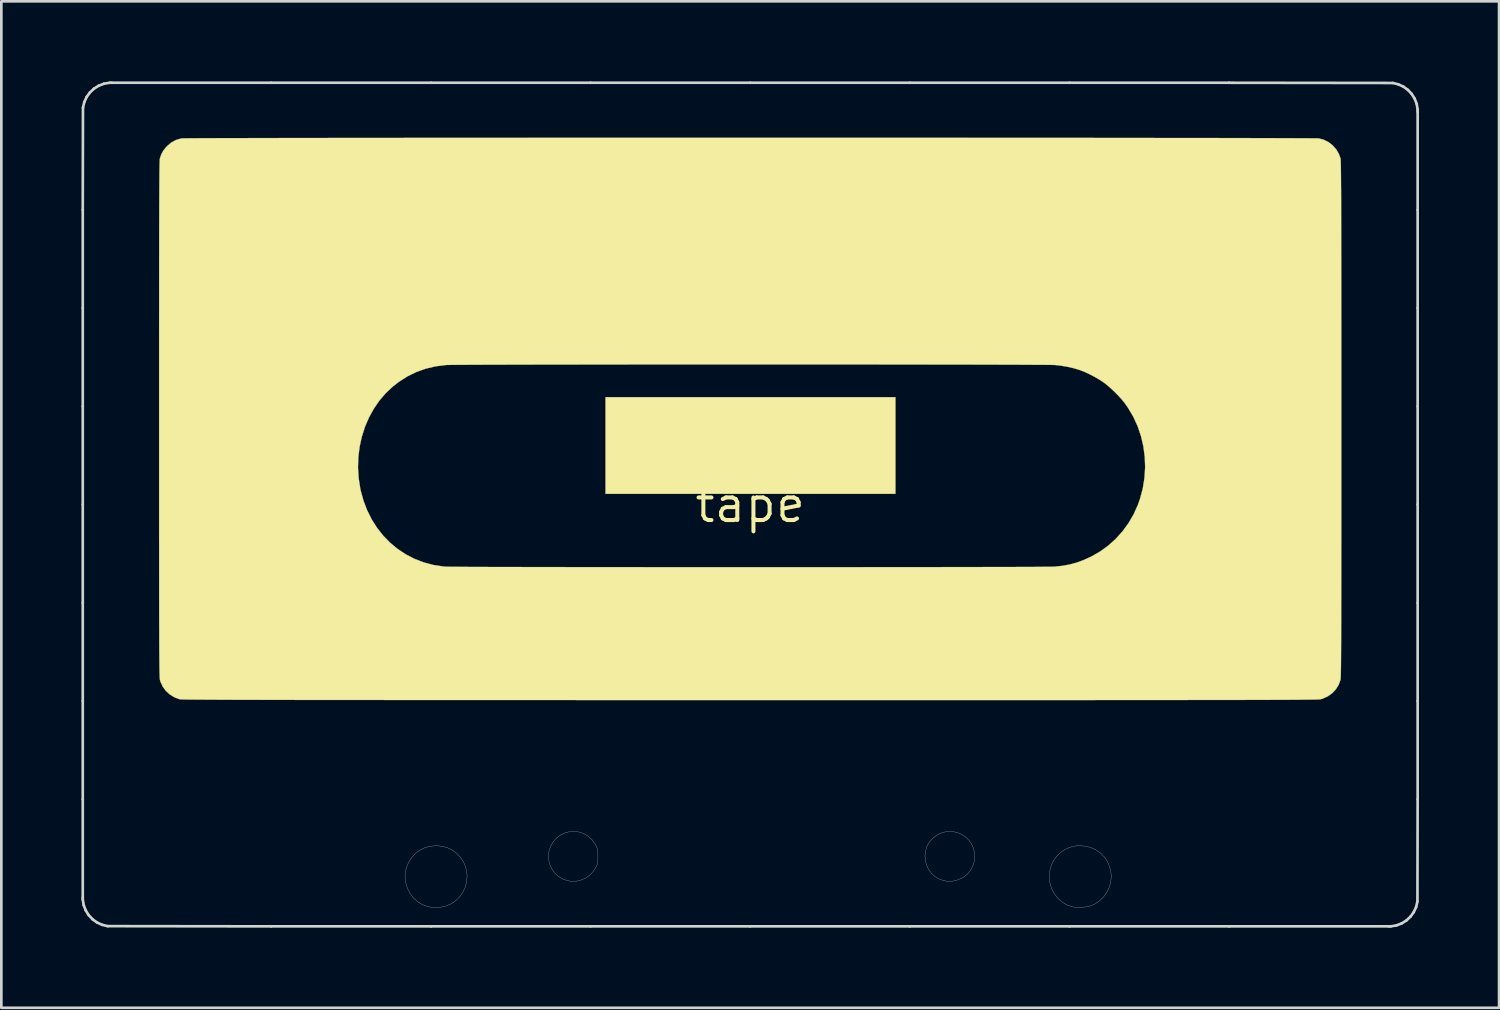
<source format=kicad_pcb>
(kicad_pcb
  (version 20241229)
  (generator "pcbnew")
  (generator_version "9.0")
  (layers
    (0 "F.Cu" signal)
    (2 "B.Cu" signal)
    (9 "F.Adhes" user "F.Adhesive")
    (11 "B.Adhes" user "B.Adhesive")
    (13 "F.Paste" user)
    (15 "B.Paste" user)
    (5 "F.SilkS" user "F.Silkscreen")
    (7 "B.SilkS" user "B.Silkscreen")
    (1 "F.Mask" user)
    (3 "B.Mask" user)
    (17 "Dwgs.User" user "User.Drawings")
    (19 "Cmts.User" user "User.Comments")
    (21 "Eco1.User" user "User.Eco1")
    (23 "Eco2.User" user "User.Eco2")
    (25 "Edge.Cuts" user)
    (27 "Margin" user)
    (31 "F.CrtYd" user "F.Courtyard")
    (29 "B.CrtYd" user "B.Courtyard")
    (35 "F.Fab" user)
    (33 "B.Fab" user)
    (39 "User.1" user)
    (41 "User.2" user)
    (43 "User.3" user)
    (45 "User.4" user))
  (footprint "tape"
    (layer "F.Cu")
    (at 25.05 15.849)
    (property "Reference" "tape" (at 0 0 0) (layer "F.SilkS") (effects (font (size 1.27 1.27) (thickness 0.15))))
    (attr through_hole)
    (fp_poly (pts (xy 0.648 8.001) (xy 1.454 8.001) (xy 2.248 8.001) (xy 3.03 8.001) (xy 3.798 8.002) (xy 4.551 8.002) (xy 5.289 8.002) (xy 6.01 8.002) (xy 6.714 8.003) (xy 7.399 8.003) (xy 8.063 8.003) (xy 8.708 8.004) (xy 9.33 8.004) (xy 9.929 8.005) (xy 10.505 8.005) (xy 11.055 8.006) (xy 11.579 8.006) (xy 12.077 8.007) (xy 12.546 8.008) (xy 12.986 8.008) (xy 13.396 8.009) (xy 13.775 8.01) (xy 14.122 8.01) (xy 14.435 8.011) (xy 14.714 8.012) (xy 14.958 8.012) (xy 15.165 8.013) (xy 15.335 8.014) (xy 15.466 8.015) (xy 15.558 8.016) (xy 15.61 8.016) (xy 15.621 8.017) (xy 15.626 8.038) (xy 15.639 8.098) (xy 15.661 8.195) (xy 15.691 8.325) (xy 15.728 8.487) (xy 15.772 8.677) (xy 15.822 8.894) (xy 15.878 9.135) (xy 15.938 9.398) (xy 16.003 9.68) (xy 16.072 9.978) (xy 16.144 10.291) (xy 16.219 10.615) (xy 16.296 10.948) (xy 16.374 11.289) (xy 16.454 11.633) (xy 16.534 11.98) (xy 16.614 12.326) (xy 16.693 12.668) (xy 16.771 13.006) (xy 16.847 13.335) (xy 16.921 13.654) (xy 16.991 13.96) (xy 17.059 14.25) (xy 17.122 14.523) (xy 17.18 14.775) (xy 17.233 15.005) (xy 17.281 15.21) (xy 17.322 15.386) (xy 17.356 15.533) (xy 17.382 15.647) (xy 17.401 15.726) (xy 17.41 15.764) (xy 17.421 15.812) (xy 11.711 15.806) (xy 11.325 15.806) (xy 10.899 15.806) (xy 10.435 15.805) (xy 9.935 15.805) (xy 9.401 15.804) (xy 8.835 15.804) (xy 8.24 15.804) (xy 7.617 15.803) (xy 6.969 15.803) (xy 6.298 15.802) (xy 5.606 15.802) (xy 4.895 15.801) (xy 4.167 15.801) (xy 3.425 15.8) (xy 2.67 15.8) (xy 1.904 15.8) (xy 1.13 15.799) (xy 0.351 15.799) (xy -0.433 15.798) (xy -1.219 15.798) (xy -2.005 15.797) (xy -2.788 15.797) (xy -3.567 15.797) (xy -4.339 15.796) (xy -5.102 15.796) (xy -5.712 15.796) (xy -17.425 15.79) (xy -17.413 15.743) (xy -17.408 15.717) (xy -17.396 15.652) (xy -17.376 15.55) (xy -17.35 15.412) (xy -17.318 15.241) (xy -17.28 15.039) (xy -17.236 14.808) (xy -17.188 14.55) (xy -17.134 14.267) (xy -17.077 13.962) (xy -17.016 13.636) (xy -16.951 13.291) (xy -16.883 12.93) (xy -16.813 12.555) (xy -16.74 12.167) (xy -16.691 11.906) (xy -16.617 11.512) (xy -16.545 11.128) (xy -16.475 10.756) (xy -16.408 10.4) (xy -16.345 10.061) (xy -16.285 9.741) (xy -16.229 9.443) (xy -16.177 9.167) (xy -16.13 8.918) (xy -16.088 8.695) (xy -16.052 8.503) (xy -16.022 8.342) (xy -15.998 8.215) (xy -15.981 8.125) (xy -15.971 8.072) (xy -15.968 8.059) (xy -15.956 8.001) (xy -0.168 8.001) (xy 0.648 8.001)) (stroke (width 0.01) (type solid)) (fill yes) (layer "F.Mask"))
    (fp_poly (pts (xy -10.245 -3.48) (xy -10.211 -3.471) (xy -10.155 -3.447) (xy -10.115 -3.413) (xy -10.089 -3.362) (xy -10.073 -3.287) (xy -10.064 -3.183) (xy -10.062 -3.081) (xy -10.059 -2.949) (xy -10.051 -2.852) (xy -10.037 -2.781) (xy -10.014 -2.73) (xy -9.981 -2.69) (xy -9.958 -2.67) (xy -9.895 -2.634) (xy -9.823 -2.624) (xy -9.736 -2.64) (xy -9.629 -2.682) (xy -9.537 -2.728) (xy -9.421 -2.788) (xy -9.332 -2.827) (xy -9.264 -2.846) (xy -9.209 -2.848) (xy -9.16 -2.833) (xy -9.146 -2.827) (xy -9.078 -2.776) (xy -9.045 -2.707) (xy -9.038 -2.642) (xy -9.042 -2.598) (xy -9.057 -2.552) (xy -9.086 -2.497) (xy -9.134 -2.425) (xy -9.204 -2.33) (xy -9.224 -2.302) (xy -9.298 -2.193) (xy -9.34 -2.102) (xy -9.35 -2.022) (xy -9.332 -1.946) (xy -9.326 -1.933) (xy -9.284 -1.875) (xy -9.216 -1.829) (xy -9.118 -1.794) (xy -8.984 -1.766) (xy -8.924 -1.758) (xy -8.789 -1.736) (xy -8.693 -1.708) (xy -8.628 -1.67) (xy -8.59 -1.619) (xy -8.574 -1.552) (xy -8.572 -1.518) (xy -8.58 -1.455) (xy -8.604 -1.404) (xy -8.652 -1.361) (xy -8.728 -1.321) (xy -8.838 -1.28) (xy -8.897 -1.261) (xy -9.031 -1.215) (xy -9.129 -1.17) (xy -9.197 -1.122) (xy -9.239 -1.069) (xy -9.261 -1.012) (xy -9.266 -0.945) (xy -9.244 -0.874) (xy -9.194 -0.794) (xy -9.111 -0.699) (xy -9.068 -0.656) (xy -8.966 -0.549) (xy -8.896 -0.463) (xy -8.857 -0.391) (xy -8.848 -0.328) (xy -8.865 -0.269) (xy -8.907 -0.209) (xy -8.909 -0.207) (xy -8.956 -0.162) (xy -9.002 -0.143) (xy -9.063 -0.142) (xy -9.126 -0.151) (xy -9.212 -0.173) (xy -9.306 -0.202) (xy -9.33 -0.21) (xy -9.459 -0.253) (xy -9.56 -0.272) (xy -9.639 -0.269) (xy -9.704 -0.243) (xy -9.735 -0.221) (xy -9.791 -0.157) (xy -9.822 -0.079) (xy -9.829 0.02) (xy -9.813 0.149) (xy -9.811 0.161) (xy -9.787 0.312) (xy -9.779 0.428) (xy -9.788 0.514) (xy -9.813 0.572) (xy -9.828 0.589) (xy -9.907 0.637) (xy -9.995 0.649) (xy -10.071 0.627) (xy -10.112 0.595) (xy -10.166 0.537) (xy -10.226 0.464) (xy -10.252 0.429) (xy -10.341 0.309) (xy -10.416 0.224) (xy -10.482 0.169) (xy -10.545 0.143) (xy -10.608 0.14) (xy -10.648 0.149) (xy -10.701 0.169) (xy -10.746 0.199) (xy -10.789 0.247) (xy -10.834 0.319) (xy -10.889 0.422) (xy -10.903 0.449) (xy -10.95 0.538) (xy -10.995 0.616) (xy -11.033 0.674) (xy -11.053 0.697) (xy -11.115 0.73) (xy -11.195 0.741) (xy -11.274 0.729) (xy -11.323 0.704) (xy -11.368 0.641) (xy -11.393 0.542) (xy -11.399 0.409) (xy -11.395 0.339) (xy -11.393 0.192) (xy -11.412 0.078) (xy -11.455 -0.008) (xy -11.496 -0.051) (xy -11.562 -0.093) (xy -11.636 -0.107) (xy -11.724 -0.093) (xy -11.833 -0.051) (xy -11.912 -0.011) (xy -12.04 0.054) (xy -12.14 0.095) (xy -12.219 0.112) (xy -12.282 0.107) (xy -12.337 0.08) (xy -12.38 0.04) (xy -12.42 -0.032) (xy -12.422 -0.118) (xy -12.385 -0.214) (xy -12.351 -0.268) (xy -12.267 -0.386) (xy -12.205 -0.476) (xy -12.161 -0.543) (xy -12.133 -0.593) (xy -12.117 -0.631) (xy -12.111 -0.663) (xy -12.111 -0.696) (xy -12.113 -0.716) (xy -12.13 -0.792) (xy -12.163 -0.851) (xy -12.218 -0.896) (xy -12.3 -0.93) (xy -12.416 -0.957) (xy -12.53 -0.974) (xy -12.665 -0.996) (xy -12.763 -1.023) (xy -12.829 -1.057) (xy -12.869 -1.104) (xy -12.887 -1.166) (xy -12.89 -1.217) (xy -12.871 -1.301) (xy -12.811 -1.371) (xy -12.714 -1.425) (xy -12.646 -1.448) (xy -12.513 -1.488) (xy -12.413 -1.524) (xy -12.338 -1.561) (xy -12.281 -1.602) (xy -12.261 -1.621) (xy -12.208 -1.693) (xy -12.192 -1.771) (xy -12.213 -1.856) (xy -12.272 -1.952) (xy -12.369 -2.059) (xy -12.42 -2.107) (xy -12.518 -2.203) (xy -12.581 -2.285) (xy -12.611 -2.358) (xy -12.61 -2.427) (xy -12.58 -2.498) (xy -12.52 -2.563) (xy -12.442 -2.599) (xy -12.403 -2.603) (xy -12.367 -2.597) (xy -12.301 -2.579) (xy -12.216 -2.552) (xy -12.145 -2.528) (xy -12.013 -2.486) (xy -11.91 -2.465) (xy -11.83 -2.465) (xy -11.766 -2.485) (xy -11.709 -2.526) (xy -11.704 -2.53) (xy -11.658 -2.59) (xy -11.634 -2.665) (xy -11.631 -2.762) (xy -11.647 -2.888) (xy -11.651 -2.91) (xy -11.674 -3.043) (xy -11.684 -3.142) (xy -11.68 -3.216) (xy -11.662 -3.272) (xy -11.629 -3.318) (xy -11.622 -3.325) (xy -11.546 -3.375) (xy -11.463 -3.386) (xy -11.381 -3.358) (xy -11.36 -3.344) (xy -11.324 -3.308) (xy -11.273 -3.247) (xy -11.216 -3.172) (xy -11.189 -3.135) (xy -11.113 -3.03) (xy -11.05 -2.958) (xy -10.995 -2.912) (xy -10.94 -2.887) (xy -10.88 -2.879) (xy -10.869 -2.879) (xy -10.806 -2.885) (xy -10.753 -2.906) (xy -10.703 -2.948) (xy -10.651 -3.016) (xy -10.593 -3.115) (xy -10.551 -3.196) (xy -10.497 -3.297) (xy -10.456 -3.368) (xy -10.421 -3.414) (xy -10.388 -3.444) (xy -10.36 -3.46) (xy -10.299 -3.482) (xy -10.245 -3.48)) (stroke (width 0.01) (type solid)) (fill yes) (layer "F.Mask"))
    (fp_poly (pts (xy 10.503 -3.473) (xy 10.575 -3.415) (xy 10.636 -3.318) (xy 10.657 -3.266) (xy 10.709 -3.141) (xy 10.765 -3.033) (xy 10.821 -2.949) (xy 10.871 -2.898) (xy 10.878 -2.893) (xy 10.955 -2.862) (xy 11.031 -2.861) (xy 11.109 -2.892) (xy 11.194 -2.959) (xy 11.289 -3.062) (xy 11.335 -3.119) (xy 11.417 -3.22) (xy 11.486 -3.288) (xy 11.547 -3.326) (xy 11.606 -3.339) (xy 11.651 -3.335) (xy 11.732 -3.306) (xy 11.785 -3.251) (xy 11.811 -3.17) (xy 11.811 -3.059) (xy 11.785 -2.916) (xy 11.779 -2.889) (xy 11.759 -2.797) (xy 11.745 -2.704) (xy 11.74 -2.638) (xy 11.743 -2.571) (xy 11.761 -2.524) (xy 11.801 -2.479) (xy 11.817 -2.463) (xy 11.872 -2.421) (xy 11.931 -2.398) (xy 12.001 -2.393) (xy 12.092 -2.407) (xy 12.211 -2.438) (xy 12.234 -2.445) (xy 12.367 -2.48) (xy 12.468 -2.497) (xy 12.545 -2.493) (xy 12.603 -2.471) (xy 12.645 -2.433) (xy 12.69 -2.35) (xy 12.696 -2.262) (xy 12.663 -2.178) (xy 12.63 -2.14) (xy 12.575 -2.085) (xy 12.506 -2.022) (xy 12.473 -1.992) (xy 12.367 -1.894) (xy 12.297 -1.808) (xy 12.261 -1.731) (xy 12.256 -1.656) (xy 12.281 -1.579) (xy 12.286 -1.568) (xy 12.317 -1.523) (xy 12.361 -1.483) (xy 12.426 -1.446) (xy 12.519 -1.406) (xy 12.609 -1.373) (xy 12.697 -1.34) (xy 12.774 -1.308) (xy 12.828 -1.281) (xy 12.841 -1.273) (xy 12.899 -1.208) (xy 12.925 -1.129) (xy 12.918 -1.048) (xy 12.878 -0.975) (xy 12.854 -0.952) (xy 12.822 -0.929) (xy 12.789 -0.912) (xy 12.747 -0.9) (xy 12.687 -0.889) (xy 12.6 -0.879) (xy 12.506 -0.87) (xy 12.377 -0.853) (xy 12.282 -0.831) (xy 12.215 -0.8) (xy 12.169 -0.756) (xy 12.14 -0.708) (xy 12.12 -0.65) (xy 12.117 -0.592) (xy 12.134 -0.524) (xy 12.173 -0.441) (xy 12.236 -0.336) (xy 12.273 -0.278) (xy 12.343 -0.167) (xy 12.385 -0.081) (xy 12.403 -0.012) (xy 12.397 0.046) (xy 12.368 0.101) (xy 12.349 0.125) (xy 12.293 0.174) (xy 12.228 0.194) (xy 12.148 0.184) (xy 12.049 0.145) (xy 11.939 0.084) (xy 11.813 0.012) (xy 11.712 -0.034) (xy 11.63 -0.056) (xy 11.561 -0.055) (xy 11.504 -0.036) (xy 11.452 -0.002) (xy 11.413 0.046) (xy 11.385 0.115) (xy 11.365 0.211) (xy 11.351 0.34) (xy 11.347 0.408) (xy 11.34 0.516) (xy 11.333 0.591) (xy 11.323 0.641) (xy 11.309 0.674) (xy 11.289 0.701) (xy 11.28 0.71) (xy 11.22 0.751) (xy 11.152 0.775) (xy 11.152 0.775) (xy 11.097 0.778) (xy 11.052 0.761) (xy 11.003 0.723) (xy 10.939 0.645) (xy 10.88 0.529) (xy 10.87 0.504) (xy 10.812 0.367) (xy 10.756 0.267) (xy 10.698 0.198) (xy 10.636 0.157) (xy 10.632 0.155) (xy 10.579 0.137) (xy 10.536 0.136) (xy 10.48 0.153) (xy 10.463 0.159) (xy 10.412 0.184) (xy 10.362 0.223) (xy 10.305 0.283) (xy 10.233 0.371) (xy 10.232 0.372) (xy 10.17 0.45) (xy 10.112 0.517) (xy 10.067 0.565) (xy 10.048 0.582) (xy 9.976 0.609) (xy 9.892 0.61) (xy 9.814 0.585) (xy 9.793 0.571) (xy 9.749 0.52) (xy 9.726 0.453) (xy 9.726 0.364) (xy 9.747 0.245) (xy 9.756 0.21) (xy 9.789 0.051) (xy 9.799 -0.074) (xy 9.787 -0.171) (xy 9.757 -0.234) (xy 9.712 -0.282) (xy 9.656 -0.312) (xy 9.583 -0.322) (xy 9.487 -0.315) (xy 9.363 -0.289) (xy 9.239 -0.255) (xy 9.13 -0.226) (xy 9.051 -0.214) (xy 8.992 -0.22) (xy 8.945 -0.243) (xy 8.91 -0.274) (xy 8.866 -0.329) (xy 8.849 -0.391) (xy 8.848 -0.426) (xy 8.849 -0.463) (xy 8.857 -0.495) (xy 8.876 -0.529) (xy 8.91 -0.571) (xy 8.965 -0.628) (xy 9.045 -0.707) (xy 9.057 -0.718) (xy 9.135 -0.796) (xy 9.203 -0.868) (xy 9.253 -0.927) (xy 9.279 -0.965) (xy 9.281 -0.97) (xy 9.288 -1.062) (xy 9.257 -1.151) (xy 9.198 -1.222) (xy 9.146 -1.254) (xy 9.067 -1.294) (xy 8.974 -1.333) (xy 8.923 -1.352) (xy 8.786 -1.408) (xy 8.691 -1.466) (xy 8.634 -1.529) (xy 8.614 -1.599) (xy 8.63 -1.679) (xy 8.645 -1.711) (xy 8.677 -1.756) (xy 8.726 -1.79) (xy 8.797 -1.814) (xy 8.898 -1.832) (xy 9.003 -1.843) (xy 9.145 -1.86) (xy 9.25 -1.886) (xy 9.326 -1.922) (xy 9.379 -1.972) (xy 9.403 -2.013) (xy 9.425 -2.07) (xy 9.429 -2.127) (xy 9.413 -2.192) (xy 9.376 -2.271) (xy 9.315 -2.372) (xy 9.279 -2.427) (xy 9.205 -2.544) (xy 9.16 -2.637) (xy 9.142 -2.711) (xy 9.149 -2.774) (xy 9.18 -2.833) (xy 9.195 -2.851) (xy 9.239 -2.891) (xy 9.291 -2.908) (xy 9.339 -2.91) (xy 9.392 -2.906) (xy 9.446 -2.89) (xy 9.513 -2.858) (xy 9.603 -2.806) (xy 9.619 -2.796) (xy 9.762 -2.718) (xy 9.883 -2.676) (xy 9.983 -2.668) (xy 10.063 -2.695) (xy 10.127 -2.757) (xy 10.15 -2.794) (xy 10.167 -2.851) (xy 10.183 -2.945) (xy 10.196 -3.072) (xy 10.199 -3.126) (xy 10.207 -3.237) (xy 10.214 -3.314) (xy 10.223 -3.365) (xy 10.235 -3.399) (xy 10.253 -3.423) (xy 10.274 -3.443) (xy 10.349 -3.484) (xy 10.417 -3.493) (xy 10.503 -3.473)) (stroke (width 0.01) (type solid)) (fill yes) (layer "F.Mask"))
    (fp_poly (pts (xy -4.257 -5.267) (xy -3.5 -5.267) (xy -2.702 -5.267) (xy -1.863 -5.267) (xy -0.982 -5.266) (xy -0.06 -5.266) (xy 0.265 -5.265) (xy 11.525 -5.258) (xy 11.758 -5.212) (xy 12.16 -5.115) (xy 12.534 -4.986) (xy 12.882 -4.824) (xy 13.205 -4.628) (xy 13.502 -4.399) (xy 13.776 -4.135) (xy 14.027 -3.836) (xy 14.188 -3.609) (xy 14.377 -3.285) (xy 14.533 -2.937) (xy 14.657 -2.571) (xy 14.745 -2.191) (xy 14.798 -1.803) (xy 14.814 -1.412) (xy 14.794 -1.055) (xy 14.734 -0.65) (xy 14.636 -0.262) (xy 14.503 0.109) (xy 14.336 0.459) (xy 14.136 0.787) (xy 13.904 1.09) (xy 13.642 1.366) (xy 13.352 1.615) (xy 13.034 1.832) (xy 12.767 1.98) (xy 12.445 2.122) (xy 12.112 2.229) (xy 11.762 2.304) (xy 11.389 2.347) (xy 11.362 2.349) (xy 11.322 2.351) (xy 11.24 2.352) (xy 11.119 2.353) (xy 10.961 2.354) (xy 10.766 2.355) (xy 10.537 2.357) (xy 10.274 2.358) (xy 9.98 2.359) (xy 9.656 2.359) (xy 9.303 2.36) (xy 8.923 2.361) (xy 8.517 2.362) (xy 8.088 2.363) (xy 7.636 2.363) (xy 7.163 2.364) (xy 6.671 2.364) (xy 6.161 2.365) (xy 5.634 2.365) (xy 5.093 2.366) (xy 4.538 2.366) (xy 3.972 2.367) (xy 3.395 2.367) (xy 2.81 2.367) (xy 2.217 2.367) (xy 1.619 2.367) (xy 1.017 2.367) (xy 0.412 2.367) (xy -0.194 2.367) (xy -0.8 2.367) (xy -1.403 2.367) (xy -2.003 2.367) (xy -2.598 2.367) (xy -3.187 2.366) (xy -3.767 2.366) (xy -4.338 2.366) (xy -4.897 2.365) (xy -5.444 2.365) (xy -5.977 2.364) (xy -6.494 2.364) (xy -6.993 2.363) (xy -7.474 2.363) (xy -7.935 2.362) (xy -8.373 2.361) (xy -8.789 2.36) (xy -9.179 2.36) (xy -9.543 2.359) (xy -9.879 2.358) (xy -10.185 2.357) (xy -10.461 2.356) (xy -10.704 2.355) (xy -10.913 2.353) (xy -11.086 2.352) (xy -11.222 2.351) (xy -11.319 2.35) (xy -11.376 2.348) (xy -11.388 2.348) (xy -11.769 2.302) (xy -12.135 2.216) (xy -12.486 2.094) (xy -12.818 1.936) (xy -13.13 1.745) (xy -13.419 1.521) (xy -13.685 1.266) (xy -13.925 0.983) (xy -14.136 0.673) (xy -14.318 0.337) (xy -14.467 -0.023) (xy -14.572 -0.36) (xy -14.612 -0.52) (xy -14.643 -0.66) (xy -14.666 -0.791) (xy -14.682 -0.921) (xy -14.692 -1.062) (xy -14.697 -1.223) (xy -14.698 -1.414) (xy -14.698 -1.426) (xy -13.773 -1.426) (xy -13.768 -1.237) (xy -13.756 -1.065) (xy -13.737 -0.92) (xy -13.731 -0.889) (xy -13.635 -0.536) (xy -13.503 -0.199) (xy -13.337 0.118) (xy -13.139 0.413) (xy -12.912 0.682) (xy -12.657 0.923) (xy -12.376 1.133) (xy -12.22 1.229) (xy -11.896 1.39) (xy -11.559 1.513) (xy -11.212 1.597) (xy -10.858 1.641) (xy -10.503 1.644) (xy -10.245 1.62) (xy -9.887 1.552) (xy -9.551 1.448) (xy -9.233 1.306) (xy -8.932 1.127) (xy -8.647 0.908) (xy -8.444 0.72) (xy -8.199 0.448) (xy -7.992 0.156) (xy -7.821 -0.156) (xy -7.687 -0.49) (xy -7.588 -0.846) (xy -7.588 -0.847) (xy -7.57 -0.955) (xy -7.556 -1.095) (xy -7.546 -1.255) (xy -7.54 -1.424) (xy -7.539 -1.591) (xy -7.543 -1.745) (xy -7.552 -1.875) (xy -7.556 -1.912) (xy -7.624 -2.258) (xy -7.732 -2.592) (xy -7.876 -2.911) (xy -8.055 -3.213) (xy -8.266 -3.494) (xy -8.507 -3.75) (xy -8.776 -3.979) (xy -8.808 -4) (xy -5.397 -4) (xy -5.397 -0.423) (xy 5.419 -0.423) (xy 5.419 -1.357) (xy 7.589 -1.357) (xy 7.605 -1.115) (xy 7.637 -0.895) (xy 7.637 -0.894) (xy 7.727 -0.546) (xy 7.855 -0.215) (xy 8.016 0.098) (xy 8.21 0.389) (xy 8.433 0.656) (xy 8.683 0.897) (xy 8.958 1.109) (xy 9.256 1.289) (xy 9.573 1.435) (xy 9.907 1.545) (xy 10.001 1.568) (xy 10.255 1.613) (xy 10.529 1.638) (xy 10.81 1.642) (xy 11.081 1.625) (xy 11.266 1.599) (xy 11.614 1.516) (xy 11.945 1.395) (xy 12.258 1.239) (xy 12.549 1.049) (xy 12.817 0.829) (xy 13.06 0.58) (xy 13.275 0.305) (xy 13.459 0.006) (xy 13.611 -0.315) (xy 13.729 -0.656) (xy 13.793 -0.922) (xy 13.812 -1.056) (xy 13.825 -1.22) (xy 13.831 -1.402) (xy 13.831 -1.588) (xy 13.823 -1.768) (xy 13.809 -1.929) (xy 13.795 -2.026) (xy 13.709 -2.376) (xy 13.586 -2.71) (xy 13.428 -3.026) (xy 13.237 -3.32) (xy 13.015 -3.591) (xy 12.765 -3.836) (xy 12.489 -4.052) (xy 12.19 -4.236) (xy 11.869 -4.385) (xy 11.684 -4.452) (xy 11.498 -4.509) (xy 11.331 -4.55) (xy 11.168 -4.577) (xy 10.998 -4.594) (xy 10.805 -4.601) (xy 10.689 -4.601) (xy 10.532 -4.6) (xy 10.406 -4.595) (xy 10.301 -4.587) (xy 10.205 -4.574) (xy 10.107 -4.555) (xy 10.103 -4.554) (xy 9.747 -4.458) (xy 9.41 -4.325) (xy 9.095 -4.158) (xy 8.803 -3.959) (xy 8.538 -3.73) (xy 8.3 -3.473) (xy 8.092 -3.19) (xy 7.916 -2.883) (xy 7.774 -2.555) (xy 7.668 -2.207) (xy 7.637 -2.069) (xy 7.605 -1.85) (xy 7.589 -1.608) (xy 7.589 -1.357) (xy 5.419 -1.357) (xy 5.419 -4) (xy -5.397 -4) (xy -8.808 -4) (xy -9.07 -4.177) (xy -9.257 -4.279) (xy -9.41 -4.348) (xy -9.589 -4.417) (xy -9.78 -4.479) (xy -9.966 -4.531) (xy -10.118 -4.565) (xy -10.267 -4.585) (xy -10.444 -4.597) (xy -10.636 -4.602) (xy -10.829 -4.599) (xy -11.01 -4.588) (xy -11.165 -4.57) (xy -11.193 -4.565) (xy -11.548 -4.48) (xy -11.885 -4.357) (xy -12.202 -4.199) (xy -12.497 -4.008) (xy -12.767 -3.786) (xy -13.01 -3.535) (xy -13.225 -3.256) (xy -13.41 -2.953) (xy -13.562 -2.626) (xy -13.679 -2.279) (xy -13.72 -2.114) (xy -13.743 -1.975) (xy -13.76 -1.806) (xy -13.77 -1.619) (xy -13.773 -1.426) (xy -14.698 -1.426) (xy -14.699 -1.45) (xy -14.697 -1.646) (xy -14.693 -1.81) (xy -14.684 -1.952) (xy -14.67 -2.082) (xy -14.648 -2.211) (xy -14.619 -2.349) (xy -14.58 -2.507) (xy -14.569 -2.551) (xy -14.452 -2.922) (xy -14.3 -3.275) (xy -14.115 -3.607) (xy -13.899 -3.916) (xy -13.654 -4.198) (xy -13.383 -4.451) (xy -13.086 -4.673) (xy -12.767 -4.86) (xy -12.711 -4.889) (xy -12.455 -5.005) (xy -12.212 -5.095) (xy -11.97 -5.163) (xy -11.716 -5.211) (xy -11.437 -5.243) (xy -11.335 -5.25) (xy -11.289 -5.252) (xy -11.209 -5.254) (xy -11.094 -5.255) (xy -10.944 -5.257) (xy -10.758 -5.258) (xy -10.537 -5.26) (xy -10.28 -5.261) (xy -9.987 -5.262) (xy -9.656 -5.263) (xy -9.289 -5.264) (xy -8.884 -5.265) (xy -8.442 -5.265) (xy -7.961 -5.266) (xy -7.442 -5.266) (xy -6.884 -5.267) (xy -6.287 -5.267) (xy -5.65 -5.267) (xy -4.974 -5.267) (xy -4.257 -5.267)) (stroke (width 0.01) (type solid)) (fill yes) (layer "F.Mask"))
    (fp_poly (pts (xy 5.44 -0.402) (xy -5.419 -0.402) (xy -5.419 -4.022) (xy 5.44 -4.022) (xy 5.44 -0.402)) (stroke (width 0.01) (type solid)) (fill yes) (layer "F.SilkS"))
    (fp_poly (pts (xy 0.345 -13.738) (xy 1.169 -13.738) (xy 1.991 -13.738) (xy 2.81 -13.738) (xy 3.626 -13.738) (xy 4.436 -13.737) (xy 5.241 -13.737) (xy 6.039 -13.737) (xy 6.829 -13.737) (xy 7.609 -13.737) (xy 8.379 -13.736) (xy 9.138 -13.736) (xy 9.884 -13.736) (xy 10.616 -13.735) (xy 11.334 -13.735) (xy 12.036 -13.734) (xy 12.721 -13.734) (xy 13.388 -13.733) (xy 14.036 -13.733) (xy 14.664 -13.732) (xy 15.27 -13.731) (xy 15.854 -13.731) (xy 16.415 -13.73) (xy 16.951 -13.729) (xy 17.461 -13.729) (xy 17.944 -13.728) (xy 18.4 -13.727) (xy 18.826 -13.726) (xy 19.223 -13.725) (xy 19.588 -13.724) (xy 19.921 -13.723) (xy 20.221 -13.722) (xy 20.486 -13.721) (xy 20.716 -13.72) (xy 20.909 -13.719) (xy 21.064 -13.718) (xy 21.18 -13.717) (xy 21.257 -13.716) (xy 21.292 -13.715) (xy 21.294 -13.715) (xy 21.487 -13.663) (xy 21.663 -13.574) (xy 21.819 -13.453) (xy 21.95 -13.304) (xy 22.051 -13.13) (xy 22.111 -12.965) (xy 22.114 -12.95) (xy 22.116 -12.925) (xy 22.118 -12.887) (xy 22.12 -12.836) (xy 22.122 -12.77) (xy 22.123 -12.688) (xy 22.125 -12.59) (xy 22.126 -12.474) (xy 22.128 -12.339) (xy 22.129 -12.184) (xy 22.13 -12.008) (xy 22.132 -11.81) (xy 22.133 -11.589) (xy 22.134 -11.344) (xy 22.134 -11.074) (xy 22.135 -10.778) (xy 22.136 -10.454) (xy 22.137 -10.101) (xy 22.137 -9.72) (xy 22.138 -9.307) (xy 22.138 -8.864) (xy 22.139 -8.387) (xy 22.139 -7.877) (xy 22.139 -7.332) (xy 22.14 -6.751) (xy 22.14 -6.133) (xy 22.14 -5.477) (xy 22.14 -4.782) (xy 22.14 -4.047) (xy 22.14 -3.271) (xy 22.14 -3.206) (xy 22.14 -2.438) (xy 22.14 -1.71) (xy 22.14 -1.023) (xy 22.14 -0.375) (xy 22.14 0.235) (xy 22.14 0.809) (xy 22.14 1.347) (xy 22.139 1.851) (xy 22.139 2.321) (xy 22.139 2.759) (xy 22.138 3.167) (xy 22.138 3.544) (xy 22.137 3.893) (xy 22.137 4.214) (xy 22.136 4.508) (xy 22.135 4.778) (xy 22.134 5.023) (xy 22.133 5.245) (xy 22.132 5.445) (xy 22.131 5.624) (xy 22.13 5.783) (xy 22.129 5.924) (xy 22.128 6.048) (xy 22.126 6.155) (xy 22.124 6.247) (xy 22.123 6.325) (xy 22.121 6.39) (xy 22.119 6.444) (xy 22.117 6.487) (xy 22.115 6.52) (xy 22.112 6.545) (xy 22.11 6.563) (xy 22.108 6.572) (xy 22.038 6.759) (xy 21.933 6.925) (xy 21.796 7.068) (xy 21.632 7.184) (xy 21.444 7.268) (xy 21.365 7.292) (xy 21.355 7.293) (xy 21.339 7.295) (xy 21.315 7.297) (xy 21.283 7.298) (xy 21.242 7.3) (xy 21.192 7.301) (xy 21.131 7.303) (xy 21.059 7.304) (xy 20.975 7.305) (xy 20.879 7.306) (xy 20.769 7.307) (xy 20.645 7.309) (xy 20.506 7.31) (xy 20.351 7.311) (xy 20.18 7.312) (xy 19.992 7.312) (xy 19.785 7.313) (xy 19.56 7.314) (xy 19.316 7.315) (xy 19.052 7.316) (xy 18.766 7.316) (xy 18.459 7.317) (xy 18.129 7.317) (xy 17.776 7.318) (xy 17.4 7.319) (xy 16.998 7.319) (xy 16.571 7.319) (xy 16.118 7.32) (xy 15.637 7.32) (xy 15.129 7.321) (xy 14.593 7.321) (xy 14.027 7.321) (xy 13.431 7.321) (xy 12.805 7.322) (xy 12.147 7.322) (xy 11.456 7.322) (xy 10.733 7.322) (xy 9.976 7.322) (xy 9.184 7.322) (xy 8.357 7.322) (xy 7.494 7.322) (xy 6.594 7.322) (xy 5.657 7.322) (xy 4.681 7.322) (xy 3.667 7.322) (xy 2.612 7.322) (xy 1.517 7.322) (xy 0.381 7.322) (xy -0.01 7.322) (xy -1.166 7.322) (xy -2.281 7.322) (xy -3.355 7.322) (xy -4.389 7.322) (xy -5.383 7.322) (xy -6.339 7.322) (xy -7.257 7.321) (xy -8.137 7.321) (xy -8.982 7.321) (xy -9.79 7.321) (xy -10.564 7.321) (xy -11.303 7.32) (xy -12.009 7.32) (xy -12.683 7.32) (xy -13.324 7.32) (xy -13.934 7.319) (xy -14.513 7.319) (xy -15.063 7.318) (xy -15.584 7.318) (xy -16.076 7.318) (xy -16.541 7.317) (xy -16.979 7.317) (xy -17.391 7.316) (xy -17.778 7.315) (xy -18.14 7.315) (xy -18.478 7.314) (xy -18.793 7.313) (xy -19.085 7.313) (xy -19.356 7.312) (xy -19.607 7.311) (xy -19.837 7.31) (xy -20.047 7.309) (xy -20.239 7.308) (xy -20.413 7.307) (xy -20.569 7.306) (xy -20.71 7.305) (xy -20.834 7.304) (xy -20.943 7.303) (xy -21.039 7.302) (xy -21.12 7.301) (xy -21.189 7.299) (xy -21.246 7.298) (xy -21.292 7.296) (xy -21.327 7.295) (xy -21.352 7.293) (xy -21.368 7.292) (xy -21.374 7.291) (xy -21.567 7.219) (xy -21.739 7.113) (xy -21.886 6.98) (xy -22.003 6.822) (xy -22.086 6.643) (xy -22.108 6.572) (xy -22.11 6.559) (xy -22.113 6.54) (xy -22.115 6.513) (xy -22.117 6.477) (xy -22.119 6.432) (xy -22.121 6.376) (xy -22.123 6.307) (xy -22.125 6.226) (xy -22.126 6.13) (xy -22.128 6.019) (xy -22.129 5.892) (xy -22.13 5.746) (xy -22.132 5.582) (xy -22.133 5.398) (xy -22.134 5.193) (xy -22.135 4.965) (xy -22.135 4.714) (xy -22.136 4.439) (xy -22.137 4.138) (xy -22.137 3.811) (xy -22.138 3.455) (xy -22.138 3.071) (xy -22.139 2.656) (xy -22.139 2.21) (xy -22.139 1.731) (xy -22.14 1.219) (xy -22.14 0.673) (xy -22.14 0.09) (xy -22.14 -0.529) (xy -22.14 -1.187) (xy -22.14 -1.389) (xy -14.691 -1.389) (xy -14.667 -0.994) (xy -14.606 -0.599) (xy -14.592 -0.532) (xy -14.486 -0.147) (xy -14.347 0.217) (xy -14.176 0.559) (xy -13.974 0.875) (xy -13.745 1.166) (xy -13.489 1.428) (xy -13.209 1.661) (xy -12.906 1.862) (xy -12.582 2.03) (xy -12.24 2.163) (xy -11.882 2.26) (xy -11.508 2.318) (xy -11.409 2.327) (xy -11.369 2.328) (xy -11.288 2.33) (xy -11.168 2.331) (xy -11.011 2.332) (xy -10.817 2.333) (xy -10.588 2.335) (xy -10.326 2.336) (xy -10.033 2.337) (xy -9.71 2.338) (xy -9.357 2.339) (xy -8.978 2.339) (xy -8.574 2.34) (xy -8.145 2.341) (xy -7.694 2.342) (xy -7.221 2.342) (xy -6.73 2.343) (xy -6.22 2.344) (xy -5.694 2.344) (xy -5.153 2.345) (xy -4.599 2.345) (xy -4.033 2.345) (xy -3.457 2.346) (xy -2.872 2.346) (xy -2.279 2.346) (xy -1.681 2.346) (xy -1.079 2.347) (xy -0.474 2.347) (xy 0.132 2.347) (xy 0.738 2.347) (xy 1.342 2.347) (xy 1.943 2.346) (xy 2.538 2.346) (xy 3.127 2.346) (xy 3.709 2.346) (xy 4.28 2.345) (xy 4.841 2.345) (xy 5.389 2.345) (xy 5.923 2.344) (xy 6.441 2.344) (xy 6.943 2.343) (xy 7.425 2.342) (xy 7.888 2.342) (xy 8.329 2.341) (xy 8.746 2.34) (xy 9.139 2.339) (xy 9.506 2.339) (xy 9.844 2.338) (xy 10.154 2.337) (xy 10.433 2.336) (xy 10.679 2.335) (xy 10.891 2.333) (xy 11.068 2.332) (xy 11.208 2.331) (xy 11.31 2.33) (xy 11.371 2.328) (xy 11.388 2.328) (xy 11.689 2.296) (xy 11.963 2.246) (xy 12.223 2.176) (xy 12.482 2.081) (xy 12.753 1.958) (xy 12.774 1.948) (xy 13.102 1.762) (xy 13.407 1.541) (xy 13.688 1.289) (xy 13.942 1.007) (xy 14.167 0.699) (xy 14.361 0.367) (xy 14.52 0.014) (xy 14.601 -0.214) (xy 14.705 -0.603) (xy 14.768 -0.998) (xy 14.793 -1.394) (xy 14.779 -1.79) (xy 14.727 -2.18) (xy 14.638 -2.562) (xy 14.512 -2.933) (xy 14.35 -3.288) (xy 14.152 -3.624) (xy 14.023 -3.808) (xy 13.904 -3.953) (xy 13.76 -4.109) (xy 13.603 -4.265) (xy 13.442 -4.412) (xy 13.289 -4.538) (xy 13.222 -4.587) (xy 13.072 -4.684) (xy 12.898 -4.785) (xy 12.712 -4.881) (xy 12.53 -4.966) (xy 12.366 -5.031) (xy 12.36 -5.034) (xy 12.122 -5.106) (xy 11.861 -5.166) (xy 11.593 -5.209) (xy 11.422 -5.227) (xy 11.38 -5.229) (xy 11.298 -5.231) (xy 11.176 -5.232) (xy 11.017 -5.234) (xy 10.822 -5.235) (xy 10.591 -5.236) (xy 10.328 -5.237) (xy 10.033 -5.239) (xy 9.708 -5.24) (xy 9.354 -5.241) (xy 8.973 -5.242) (xy 8.567 -5.243) (xy 8.136 -5.244) (xy 7.684 -5.245) (xy 7.21 -5.245) (xy 6.717 -5.246) (xy 6.206 -5.247) (xy 5.678 -5.247) (xy 5.136 -5.248) (xy 4.58 -5.249) (xy 4.013 -5.249) (xy 3.435 -5.249) (xy 2.849 -5.25) (xy 2.255 -5.25) (xy 1.656 -5.25) (xy 1.052 -5.25) (xy 0.446 -5.25) (xy -0.161 -5.25) (xy -0.767 -5.25) (xy -1.372 -5.25) (xy -1.974 -5.25) (xy -2.57 -5.25) (xy -3.159 -5.249) (xy -3.741 -5.249) (xy -4.313 -5.249) (xy -4.874 -5.248) (xy -5.422 -5.248) (xy -5.957 -5.247) (xy -6.475 -5.246) (xy -6.976 -5.246) (xy -7.459 -5.245) (xy -7.921 -5.244) (xy -8.361 -5.243) (xy -8.778 -5.242) (xy -9.17 -5.241) (xy -9.536 -5.24) (xy -9.874 -5.239) (xy -10.182 -5.238) (xy -10.459 -5.237) (xy -10.704 -5.235) (xy -10.915 -5.234) (xy -11.09 -5.233) (xy -11.229 -5.231) (xy -11.328 -5.23) (xy -11.388 -5.228) (xy -11.4 -5.227) (xy -11.789 -5.177) (xy -12.157 -5.09) (xy -12.506 -4.965) (xy -12.839 -4.802) (xy -13.157 -4.599) (xy -13.383 -4.424) (xy -13.652 -4.172) (xy -13.892 -3.892) (xy -14.102 -3.585) (xy -14.283 -3.256) (xy -14.431 -2.908) (xy -14.547 -2.544) (xy -14.63 -2.168) (xy -14.678 -1.781) (xy -14.691 -1.389) (xy -22.14 -1.389) (xy -22.14 -1.883) (xy -22.14 -2.62) (xy -22.14 -3.206) (xy -22.14 -3.986) (xy -22.14 -4.724) (xy -22.14 -5.422) (xy -22.14 -6.081) (xy -22.14 -6.702) (xy -22.139 -7.286) (xy -22.139 -7.834) (xy -22.139 -8.347) (xy -22.138 -8.826) (xy -22.138 -9.273) (xy -22.137 -9.687) (xy -22.137 -10.072) (xy -22.136 -10.426) (xy -22.135 -10.752) (xy -22.135 -11.051) (xy -22.134 -11.323) (xy -22.133 -11.57) (xy -22.132 -11.793) (xy -22.131 -11.993) (xy -22.129 -12.17) (xy -22.128 -12.327) (xy -22.127 -12.463) (xy -22.125 -12.581) (xy -22.123 -12.681) (xy -22.122 -12.764) (xy -22.12 -12.831) (xy -22.118 -12.883) (xy -22.116 -12.922) (xy -22.114 -12.949) (xy -22.112 -12.964) (xy -22.111 -12.965) (xy -22.057 -13.123) (xy -21.98 -13.261) (xy -21.874 -13.392) (xy -21.841 -13.426) (xy -21.687 -13.557) (xy -21.521 -13.65) (xy -21.337 -13.706) (xy -21.291 -13.715) (xy -21.262 -13.716) (xy -21.193 -13.717) (xy -21.083 -13.718) (xy -20.934 -13.72) (xy -20.747 -13.721) (xy -20.524 -13.722) (xy -20.264 -13.723) (xy -19.97 -13.724) (xy -19.643 -13.725) (xy -19.283 -13.725) (xy -18.892 -13.726) (xy -18.47 -13.727) (xy -18.019 -13.728) (xy -17.54 -13.729) (xy -17.034 -13.729) (xy -16.503 -13.73) (xy -15.946 -13.731) (xy -15.366 -13.732) (xy -14.763 -13.732) (xy -14.139 -13.733) (xy -13.494 -13.733) (xy -12.83 -13.734) (xy -12.148 -13.734) (xy -11.449 -13.735) (xy -10.734 -13.735) (xy -10.004 -13.736) (xy -9.26 -13.736) (xy -8.503 -13.736) (xy -7.735 -13.737) (xy -6.956 -13.737) (xy -6.168 -13.737) (xy -5.371 -13.737) (xy -4.568 -13.738) (xy -3.758 -13.738) (xy -2.943 -13.738) (xy -2.124 -13.738) (xy -1.302 -13.738) (xy -0.479 -13.738) (xy 0.345 -13.738)) (stroke (width 0.01) (type solid)) (fill yes) (layer "F.SilkS"))
    (fp_poly (pts (xy 7.625 12.254) (xy 7.817 12.309) (xy 7.908 12.35) (xy 8.066 12.449) (xy 8.194 12.573) (xy 8.293 12.717) (xy 8.361 12.875) (xy 8.4 13.042) (xy 8.408 13.214) (xy 8.387 13.383) (xy 8.336 13.547) (xy 8.255 13.699) (xy 8.144 13.835) (xy 8.003 13.948) (xy 7.909 14.001) (xy 7.733 14.073) (xy 7.566 14.109) (xy 7.398 14.111) (xy 7.26 14.089) (xy 7.082 14.029) (xy 6.924 13.936) (xy 6.791 13.815) (xy 6.685 13.672) (xy 6.607 13.51) (xy 6.56 13.336) (xy 6.546 13.154) (xy 6.568 12.968) (xy 6.628 12.785) (xy 6.633 12.773) (xy 6.707 12.651) (xy 6.808 12.531) (xy 6.927 12.425) (xy 7.05 12.346) (xy 7.055 12.344) (xy 7.244 12.272) (xy 7.434 12.242) (xy 7.625 12.254)) (stroke (width 0.01) (type solid)) (fill no) (layer "Dwgs.User"))
    (fp_poly (pts (xy -11.748 12.778) (xy -11.531 12.8) (xy -11.329 12.859) (xy -11.145 12.951) (xy -10.982 13.075) (xy -10.843 13.225) (xy -10.733 13.398) (xy -10.655 13.591) (xy -10.612 13.801) (xy -10.605 13.932) (xy -10.624 14.148) (xy -10.682 14.352) (xy -10.773 14.54) (xy -10.896 14.708) (xy -11.047 14.851) (xy -11.223 14.965) (xy -11.419 15.046) (xy -11.465 15.058) (xy -11.582 15.079) (xy -11.721 15.089) (xy -11.865 15.087) (xy -11.997 15.076) (xy -12.08 15.059) (xy -12.279 14.984) (xy -12.459 14.874) (xy -12.614 14.733) (xy -12.742 14.565) (xy -12.84 14.373) (xy -12.901 14.171) (xy -12.928 13.983) (xy -12.924 13.808) (xy -12.887 13.635) (xy -12.817 13.452) (xy -12.803 13.423) (xy -12.69 13.234) (xy -12.549 13.076) (xy -12.382 12.949) (xy -12.193 12.855) (xy -11.984 12.798) (xy -11.76 12.778) (xy -11.748 12.778)) (stroke (width 0.01) (type solid)) (fill no) (layer "Dwgs.User"))
    (fp_poly (pts (xy -6.402 12.268) (xy -6.226 12.33) (xy -6.066 12.427) (xy -5.926 12.554) (xy -5.812 12.709) (xy -5.777 12.775) (xy -5.746 12.839) (xy -5.725 12.892) (xy -5.713 12.944) (xy -5.707 13.006) (xy -5.705 13.091) (xy -5.704 13.176) (xy -5.705 13.285) (xy -5.708 13.364) (xy -5.716 13.422) (xy -5.73 13.473) (xy -5.752 13.528) (xy -5.777 13.578) (xy -5.881 13.744) (xy -6.015 13.885) (xy -6.175 13.996) (xy -6.354 14.072) (xy -6.454 14.097) (xy -6.582 14.114) (xy -6.701 14.112) (xy -6.834 14.09) (xy -6.837 14.089) (xy -7.016 14.03) (xy -7.176 13.935) (xy -7.313 13.811) (xy -7.423 13.662) (xy -7.502 13.492) (xy -7.547 13.307) (xy -7.556 13.176) (xy -7.536 12.983) (xy -7.478 12.802) (xy -7.386 12.64) (xy -7.264 12.499) (xy -7.115 12.384) (xy -6.942 12.3) (xy -6.775 12.254) (xy -6.586 12.241) (xy -6.402 12.268)) (stroke (width 0.01) (type solid)) (fill no) (layer "Dwgs.User"))
    (fp_poly (pts (xy 12.569 12.797) (xy 12.777 12.854) (xy 12.969 12.946) (xy 13.14 13.072) (xy 13.285 13.227) (xy 13.374 13.359) (xy 13.43 13.481) (xy 13.477 13.625) (xy 13.51 13.772) (xy 13.525 13.907) (xy 13.525 13.926) (xy 13.504 14.141) (xy 13.445 14.346) (xy 13.352 14.536) (xy 13.227 14.706) (xy 13.074 14.852) (xy 12.897 14.968) (xy 12.753 15.031) (xy 12.65 15.058) (xy 12.52 15.076) (xy 12.377 15.085) (xy 12.237 15.085) (xy 12.113 15.075) (xy 12.051 15.063) (xy 11.873 15.001) (xy 11.711 14.908) (xy 11.557 14.777) (xy 11.544 14.765) (xy 11.407 14.601) (xy 11.305 14.421) (xy 11.238 14.23) (xy 11.205 14.032) (xy 11.205 13.834) (xy 11.238 13.639) (xy 11.303 13.452) (xy 11.399 13.278) (xy 11.525 13.123) (xy 11.681 12.99) (xy 11.819 12.907) (xy 11.967 12.841) (xy 12.104 12.801) (xy 12.248 12.781) (xy 12.351 12.778) (xy 12.569 12.797)) (stroke (width 0.01) (type solid)) (fill no) (layer "Dwgs.User"))
    (fp_line (start -25 -11.039) (end -25 -7.359) (stroke (width 0.1) (type solid)) (layer "Edge.Cuts"))
    (fp_line (start -25 -7.359) (end -25 -3.68) (stroke (width 0.1) (type solid)) (layer "Edge.Cuts"))
    (fp_line (start -25 -3.68) (end -25 0) (stroke (width 0.1) (type solid)) (layer "Edge.Cuts"))
    (fp_line (start -25 0) (end -25 3.68) (stroke (width 0.1) (type solid)) (layer "Edge.Cuts"))
    (fp_line (start -25 3.68) (end -25 7.359) (stroke (width 0.1) (type solid)) (layer "Edge.Cuts"))
    (fp_line (start -25 7.359) (end -25 11.039) (stroke (width 0.1) (type solid)) (layer "Edge.Cuts"))
    (fp_line (start -25 11.039) (end -25 14.719) (stroke (width 0.1) (type solid)) (layer "Edge.Cuts"))
    (fp_line (start -25 14.719) (end -25 14.793) (stroke (width 0.1) (type solid)) (layer "Edge.Cuts"))
    (fp_line (start -25 14.793) (end -24.964 15.007) (stroke (width 0.1) (type solid)) (layer "Edge.Cuts"))
    (fp_line (start -24.992 -14.866) (end -25 -11.039) (stroke (width 0.1) (type solid)) (layer "Edge.Cuts"))
    (fp_line (start -24.964 15.007) (end -24.888 15.204) (stroke (width 0.1) (type solid)) (layer "Edge.Cuts"))
    (fp_line (start -24.943 -15.075) (end -24.992 -14.866) (stroke (width 0.1) (type solid)) (layer "Edge.Cuts"))
    (fp_line (start -24.888 15.204) (end -24.777 15.38) (stroke (width 0.1) (type solid)) (layer "Edge.Cuts"))
    (fp_line (start -24.855 -15.265) (end -24.943 -15.075) (stroke (width 0.1) (type solid)) (layer "Edge.Cuts"))
    (fp_line (start -24.777 15.38) (end -24.635 15.532) (stroke (width 0.1) (type solid)) (layer "Edge.Cuts"))
    (fp_line (start -24.733 -15.434) (end -24.855 -15.265) (stroke (width 0.1) (type solid)) (layer "Edge.Cuts"))
    (fp_line (start -24.635 15.532) (end -24.467 15.653) (stroke (width 0.1) (type solid)) (layer "Edge.Cuts"))
    (fp_line (start -24.582 -15.576) (end -24.733 -15.434) (stroke (width 0.1) (type solid)) (layer "Edge.Cuts"))
    (fp_line (start -24.467 15.653) (end -24.276 15.741) (stroke (width 0.1) (type solid)) (layer "Edge.Cuts"))
    (fp_line (start -24.405 -15.687) (end -24.582 -15.576) (stroke (width 0.1) (type solid)) (layer "Edge.Cuts"))
    (fp_line (start -24.276 15.741) (end -24.067 15.791) (stroke (width 0.1) (type solid)) (layer "Edge.Cuts"))
    (fp_line (start -24.208 -15.763) (end -24.405 -15.687) (stroke (width 0.1) (type solid)) (layer "Edge.Cuts"))
    (fp_line (start -24.067 15.791) (end -17.94 15.799) (stroke (width 0.1) (type solid)) (layer "Edge.Cuts"))
    (fp_line (start -23.995 -15.799) (end -24.208 -15.763) (stroke (width 0.1) (type solid)) (layer "Edge.Cuts"))
    (fp_line (start -23.92 -15.799) (end -23.995 -15.799) (stroke (width 0.1) (type solid)) (layer "Edge.Cuts"))
    (fp_line (start -17.94 -15.799) (end -23.92 -15.799) (stroke (width 0.1) (type solid)) (layer "Edge.Cuts"))
    (fp_line (start -17.94 15.799) (end -11.96 15.799) (stroke (width 0.1) (type solid)) (layer "Edge.Cuts"))
    (fp_line (start -11.96 -15.799) (end -17.94 -15.799) (stroke (width 0.1) (type solid)) (layer "Edge.Cuts"))
    (fp_line (start -11.96 15.799) (end -5.98 15.799) (stroke (width 0.1) (type solid)) (layer "Edge.Cuts"))
    (fp_line (start -5.98 -15.799) (end -11.96 -15.799) (stroke (width 0.1) (type solid)) (layer "Edge.Cuts"))
    (fp_line (start -5.98 15.799) (end 0 15.799) (stroke (width 0.1) (type solid)) (layer "Edge.Cuts"))
    (fp_line (start 0 -15.799) (end -5.98 -15.799) (stroke (width 0.1) (type solid)) (layer "Edge.Cuts"))
    (fp_line (start 0 15.799) (end 5.98 15.799) (stroke (width 0.1) (type solid)) (layer "Edge.Cuts"))
    (fp_line (start 5.98 -15.799) (end 0 -15.799) (stroke (width 0.1) (type solid)) (layer "Edge.Cuts"))
    (fp_line (start 5.98 15.799) (end 11.96 15.799) (stroke (width 0.1) (type solid)) (layer "Edge.Cuts"))
    (fp_line (start 11.96 -15.799) (end 5.98 -15.799) (stroke (width 0.1) (type solid)) (layer "Edge.Cuts"))
    (fp_line (start 11.96 15.799) (end 17.94 15.799) (stroke (width 0.1) (type solid)) (layer "Edge.Cuts"))
    (fp_line (start 17.94 -15.799) (end 11.96 -15.799) (stroke (width 0.1) (type solid)) (layer "Edge.Cuts"))
    (fp_line (start 17.94 15.799) (end 23.92 15.799) (stroke (width 0.1) (type solid)) (layer "Edge.Cuts"))
    (fp_line (start 23.92 15.799) (end 23.995 15.799) (stroke (width 0.1) (type solid)) (layer "Edge.Cuts"))
    (fp_line (start 23.995 15.799) (end 24.208 15.763) (stroke (width 0.1) (type solid)) (layer "Edge.Cuts"))
    (fp_line (start 24.067 -15.791) (end 17.94 -15.799) (stroke (width 0.1) (type solid)) (layer "Edge.Cuts"))
    (fp_line (start 24.208 15.763) (end 24.405 15.687) (stroke (width 0.1) (type solid)) (layer "Edge.Cuts"))
    (fp_line (start 24.276 -15.741) (end 24.067 -15.791) (stroke (width 0.1) (type solid)) (layer "Edge.Cuts"))
    (fp_line (start 24.405 15.687) (end 24.582 15.576) (stroke (width 0.1) (type solid)) (layer "Edge.Cuts"))
    (fp_line (start 24.467 -15.653) (end 24.276 -15.741) (stroke (width 0.1) (type solid)) (layer "Edge.Cuts"))
    (fp_line (start 24.582 15.576) (end 24.733 15.434) (stroke (width 0.1) (type solid)) (layer "Edge.Cuts"))
    (fp_line (start 24.635 -15.532) (end 24.467 -15.653) (stroke (width 0.1) (type solid)) (layer "Edge.Cuts"))
    (fp_line (start 24.733 15.434) (end 24.855 15.265) (stroke (width 0.1) (type solid)) (layer "Edge.Cuts"))
    (fp_line (start 24.777 -15.38) (end 24.635 -15.532) (stroke (width 0.1) (type solid)) (layer "Edge.Cuts"))
    (fp_line (start 24.855 15.265) (end 24.943 15.075) (stroke (width 0.1) (type solid)) (layer "Edge.Cuts"))
    (fp_line (start 24.888 -15.204) (end 24.777 -15.38) (stroke (width 0.1) (type solid)) (layer "Edge.Cuts"))
    (fp_line (start 24.943 15.075) (end 24.992 14.866) (stroke (width 0.1) (type solid)) (layer "Edge.Cuts"))
    (fp_line (start 24.964 -15.007) (end 24.888 -15.204) (stroke (width 0.1) (type solid)) (layer "Edge.Cuts"))
    (fp_line (start 24.992 14.866) (end 25 11.039) (stroke (width 0.1) (type solid)) (layer "Edge.Cuts"))
    (fp_line (start 25 -14.793) (end 24.964 -15.007) (stroke (width 0.1) (type solid)) (layer "Edge.Cuts"))
    (fp_line (start 25 -14.719) (end 25 -14.793) (stroke (width 0.1) (type solid)) (layer "Edge.Cuts"))
    (fp_line (start 25 -11.039) (end 25 -14.719) (stroke (width 0.1) (type solid)) (layer "Edge.Cuts"))
    (fp_line (start 25 -7.359) (end 25 -11.039) (stroke (width 0.1) (type solid)) (layer "Edge.Cuts"))
    (fp_line (start 25 -3.68) (end 25 -7.359) (stroke (width 0.1) (type solid)) (layer "Edge.Cuts"))
    (fp_line (start 25 0) (end 25 -3.68) (stroke (width 0.1) (type solid)) (layer "Edge.Cuts"))
    (fp_line (start 25 3.68) (end 25 0) (stroke (width 0.1) (type solid)) (layer "Edge.Cuts"))
    (fp_line (start 25 7.359) (end 25 3.68) (stroke (width 0.1) (type solid)) (layer "Edge.Cuts"))
    (fp_line (start 25 11.039) (end 25 7.359) (stroke (width 0.1) (type solid)) (layer "Edge.Cuts")))
  (gr_rect
    (start -3 -3)
    (end 53.1 34.698)
    (stroke (width 0.1) (type default))
    (fill no)
    (layer "Edge.Cuts")))
</source>
